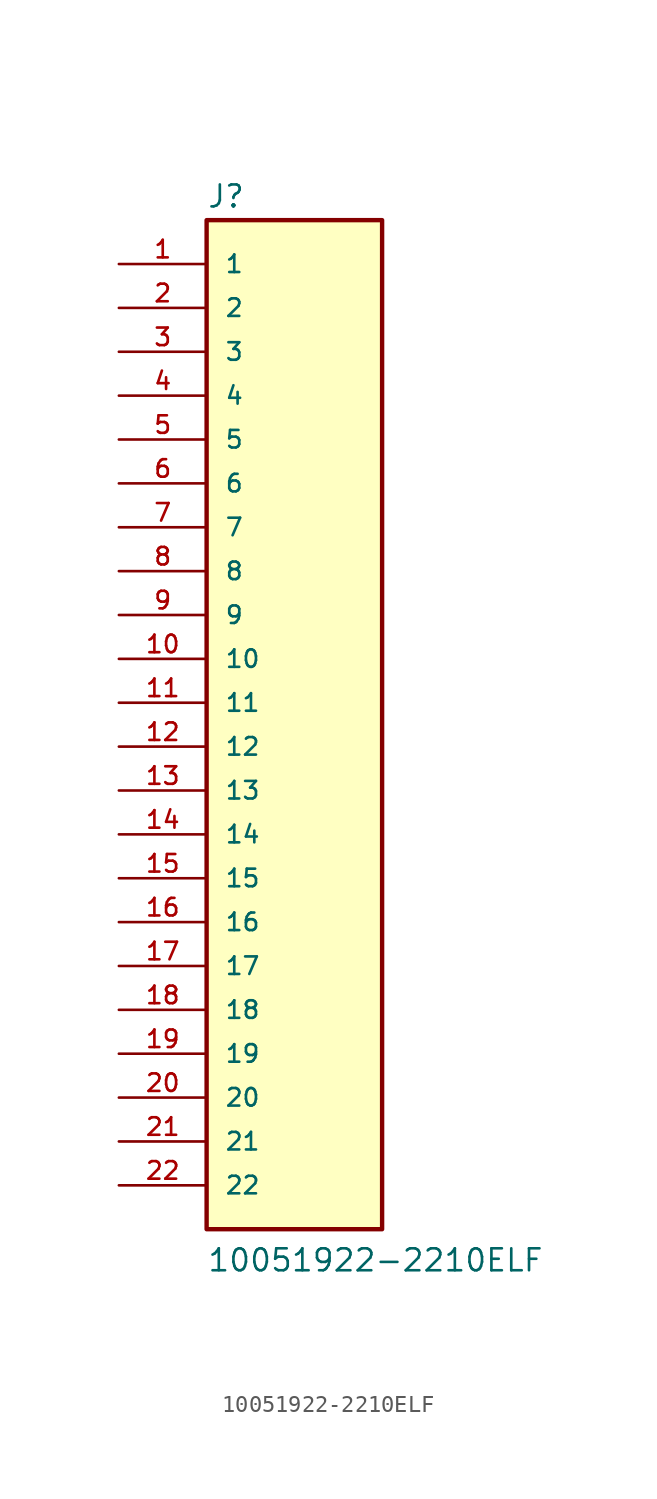
<source format=kicad_sym>
(kicad_symbol_lib
  (version 20211014)
  (generator kicad_symbol_editor)
  (symbol "10051922-2210ELF"
    (pin_names
      (offset 1.016))
    (property "Reference" "J"
      (at -5.08 28.575 0)
      (effects (font (size 1.27 1.27)) (justify bottom left)))
    (property "Value" "10051922-2210ELF"
      (at -5.08 -33.02 0)
      (effects (font (size 1.27 1.27)) (justify bottom left)))
    (symbol "10051922-2210ELF_0_0"
      (rectangle (start -5.08 -30.48) (end 5.08 27.94) (stroke (width 0.254)) (fill (type background)))
      (pin passive line (at -10.16 25.4 0) (length 5.08) (name "1" (effects (font (size 1.016 1.016)))) (number "1" (effects (font (size 1.016 1.016)))))
      (pin passive line (at -10.16 22.86 0) (length 5.08) (name "2" (effects (font (size 1.016 1.016)))) (number "2" (effects (font (size 1.016 1.016)))))
      (pin passive line (at -10.16 20.32 0) (length 5.08) (name "3" (effects (font (size 1.016 1.016)))) (number "3" (effects (font (size 1.016 1.016)))))
      (pin passive line (at -10.16 17.78 0) (length 5.08) (name "4" (effects (font (size 1.016 1.016)))) (number "4" (effects (font (size 1.016 1.016)))))
      (pin passive line (at -10.16 15.24 0) (length 5.08) (name "5" (effects (font (size 1.016 1.016)))) (number "5" (effects (font (size 1.016 1.016)))))
      (pin passive line (at -10.16 12.7 0) (length 5.08) (name "6" (effects (font (size 1.016 1.016)))) (number "6" (effects (font (size 1.016 1.016)))))
      (pin passive line (at -10.16 10.16 0) (length 5.08) (name "7" (effects (font (size 1.016 1.016)))) (number "7" (effects (font (size 1.016 1.016)))))
      (pin passive line (at -10.16 7.62 0) (length 5.08) (name "8" (effects (font (size 1.016 1.016)))) (number "8" (effects (font (size 1.016 1.016)))))
      (pin passive line (at -10.16 5.08 0) (length 5.08) (name "9" (effects (font (size 1.016 1.016)))) (number "9" (effects (font (size 1.016 1.016)))))
      (pin passive line (at -10.16 2.54 0) (length 5.08) (name "10" (effects (font (size 1.016 1.016)))) (number "10" (effects (font (size 1.016 1.016)))))
      (pin passive line (at -10.16 0.0 0) (length 5.08) (name "11" (effects (font (size 1.016 1.016)))) (number "11" (effects (font (size 1.016 1.016)))))
      (pin passive line (at -10.16 -2.54 0) (length 5.08) (name "12" (effects (font (size 1.016 1.016)))) (number "12" (effects (font (size 1.016 1.016)))))
      (pin passive line (at -10.16 -5.08 0) (length 5.08) (name "13" (effects (font (size 1.016 1.016)))) (number "13" (effects (font (size 1.016 1.016)))))
      (pin passive line (at -10.16 -7.62 0) (length 5.08) (name "14" (effects (font (size 1.016 1.016)))) (number "14" (effects (font (size 1.016 1.016)))))
      (pin passive line (at -10.16 -10.16 0) (length 5.08) (name "15" (effects (font (size 1.016 1.016)))) (number "15" (effects (font (size 1.016 1.016)))))
      (pin passive line (at -10.16 -12.7 0) (length 5.08) (name "16" (effects (font (size 1.016 1.016)))) (number "16" (effects (font (size 1.016 1.016)))))
      (pin passive line (at -10.16 -15.24 0) (length 5.08) (name "17" (effects (font (size 1.016 1.016)))) (number "17" (effects (font (size 1.016 1.016)))))
      (pin passive line (at -10.16 -17.78 0) (length 5.08) (name "18" (effects (font (size 1.016 1.016)))) (number "18" (effects (font (size 1.016 1.016)))))
      (pin passive line (at -10.16 -20.32 0) (length 5.08) (name "19" (effects (font (size 1.016 1.016)))) (number "19" (effects (font (size 1.016 1.016)))))
      (pin passive line (at -10.16 -22.86 0) (length 5.08) (name "20" (effects (font (size 1.016 1.016)))) (number "20" (effects (font (size 1.016 1.016)))))
      (pin passive line (at -10.16 -25.4 0) (length 5.08) (name "21" (effects (font (size 1.016 1.016)))) (number "21" (effects (font (size 1.016 1.016)))))
      (pin passive line (at -10.16 -27.94 0) (length 5.08) (name "22" (effects (font (size 1.016 1.016)))) (number "22" (effects (font (size 1.016 1.016))))))))
</source>
